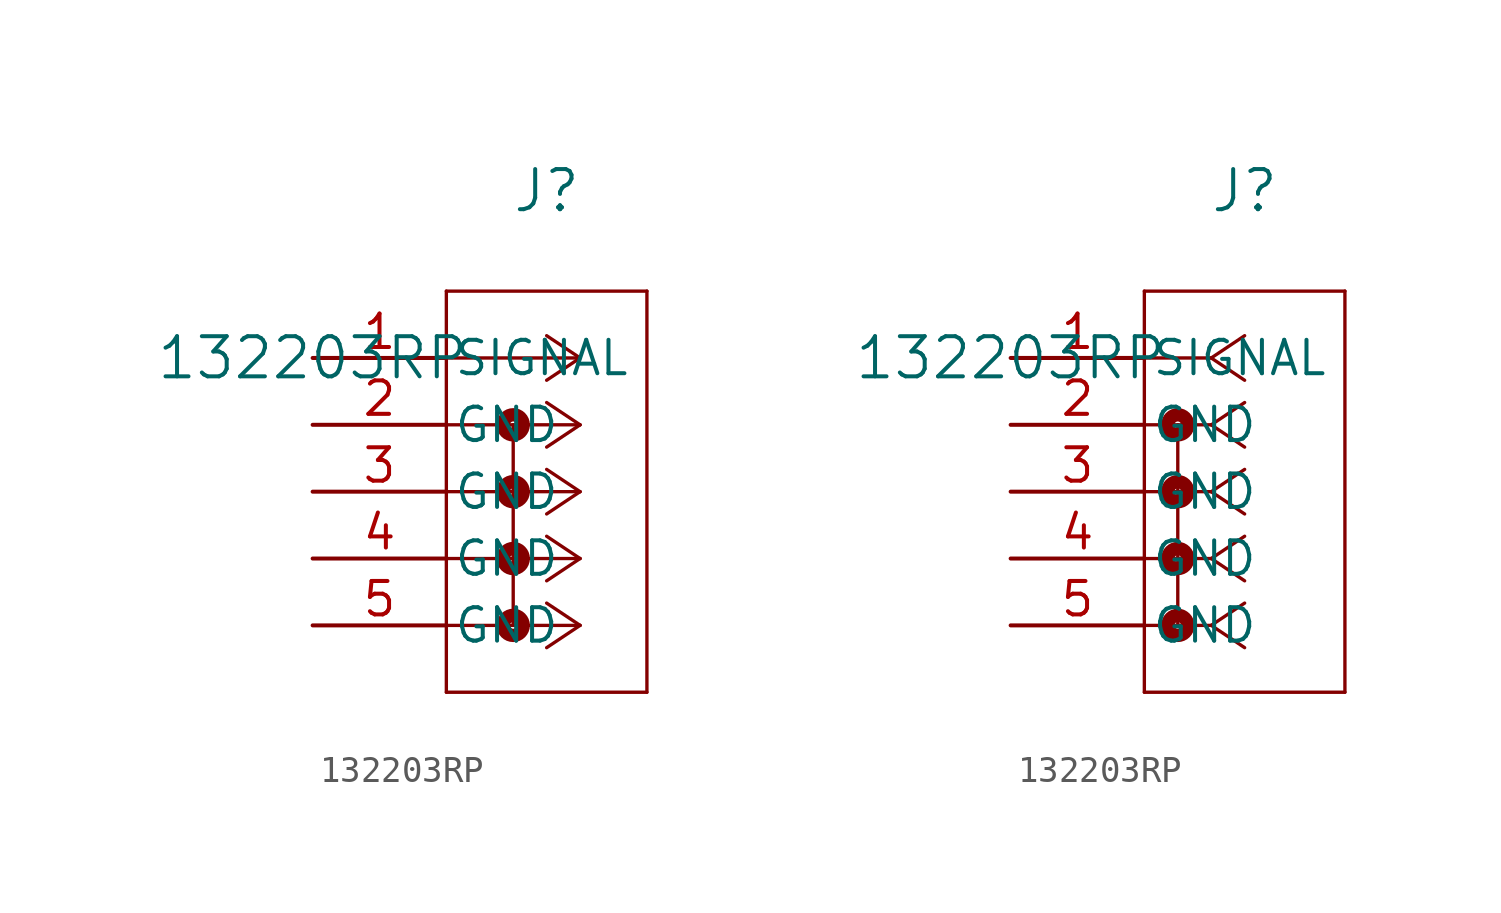
<source format=kicad_sym>
(kicad_symbol_lib
  (version 20211014)
  (generator kicad_symbol_editor)
  (symbol "132203RP"
    (pin_names
      (offset 0.254))
    (property "Reference" "J"
      (at 8.89 6.35 0)
      (effects (font (size 1.524 1.524))))
    (property "Value" "132203RP"
      (at 0 0 0)
      (effects (font (size 1.524 1.524))))
    (symbol "132203RP_1_1"
      (polyline (pts (xy 10.16 0) (xy 5.08 0)) (stroke (width 0.127) (type default) (color 0 0 0 0)) (fill (type none)))
      (polyline (pts (xy 10.16 -2.54) (xy 5.08 -2.54)) (stroke (width 0.127) (type default) (color 0 0 0 0)) (fill (type none)))
      (polyline (pts (xy 10.16 -5.08) (xy 5.08 -5.08)) (stroke (width 0.127) (type default) (color 0 0 0 0)) (fill (type none)))
      (polyline (pts (xy 10.16 -7.62) (xy 5.08 -7.62)) (stroke (width 0.127) (type default) (color 0 0 0 0)) (fill (type none)))
      (polyline (pts (xy 10.16 -10.16) (xy 5.08 -10.16)) (stroke (width 0.127) (type default) (color 0 0 0 0)) (fill (type none)))
      (polyline (pts (xy 10.16 0) (xy 8.89 0.847)) (stroke (width 0.127) (type default) (color 0 0 0 0)) (fill (type none)))
      (polyline (pts (xy 10.16 -2.54) (xy 8.89 -1.693)) (stroke (width 0.127) (type default) (color 0 0 0 0)) (fill (type none)))
      (polyline (pts (xy 10.16 -5.08) (xy 8.89 -4.233)) (stroke (width 0.127) (type default) (color 0 0 0 0)) (fill (type none)))
      (polyline (pts (xy 10.16 -7.62) (xy 8.89 -6.773)) (stroke (width 0.127) (type default) (color 0 0 0 0)) (fill (type none)))
      (polyline (pts (xy 10.16 -10.16) (xy 8.89 -9.313)) (stroke (width 0.127) (type default) (color 0 0 0 0)) (fill (type none)))
      (polyline (pts (xy 10.16 0) (xy 8.89 -0.847)) (stroke (width 0.127) (type default) (color 0 0 0 0)) (fill (type none)))
      (polyline (pts (xy 10.16 -2.54) (xy 8.89 -3.387)) (stroke (width 0.127) (type default) (color 0 0 0 0)) (fill (type none)))
      (polyline (pts (xy 10.16 -5.08) (xy 8.89 -5.927)) (stroke (width 0.127) (type default) (color 0 0 0 0)) (fill (type none)))
      (polyline (pts (xy 10.16 -7.62) (xy 8.89 -8.467)) (stroke (width 0.127) (type default) (color 0 0 0 0)) (fill (type none)))
      (polyline (pts (xy 10.16 -10.16) (xy 8.89 -11.007)) (stroke (width 0.127) (type default) (color 0 0 0 0)) (fill (type none)))
      (polyline (pts (xy 5.08 2.54) (xy 5.08 -12.7)) (stroke (width 0.127) (type default) (color 0 0 0 0)) (fill (type none)))
      (polyline (pts (xy 5.08 -12.7) (xy 12.7 -12.7)) (stroke (width 0.127) (type default) (color 0 0 0 0)) (fill (type none)))
      (polyline (pts (xy 12.7 -12.7) (xy 12.7 2.54)) (stroke (width 0.127) (type default) (color 0 0 0 0)) (fill (type none)))
      (polyline (pts (xy 12.7 2.54) (xy 5.08 2.54)) (stroke (width 0.127) (type default) (color 0 0 0 0)) (fill (type none)))
      (circle (center 7.62 -2.54) (radius 0.127) (stroke (width 0.508) (type default) (color 0 0 0 0)) (fill (type none)))
      (polyline (pts (xy 7.62 -2.54) (xy 7.62 -10.16)) (stroke (width 0.127) (type default) (color 0 0 0 0)) (fill (type none)))
      (circle (center 7.62 -5.08) (radius 0.127) (stroke (width 0.508) (type default) (color 0 0 0 0)) (fill (type none)))
      (circle (center 7.62 -7.62) (radius 0.127) (stroke (width 0.508) (type default) (color 0 0 0 0)) (fill (type none)))
      (circle (center 7.62 -10.16) (radius 0.127) (stroke (width 0.508) (type default) (color 0 0 0 0)) (fill (type none)))
      (pin unspecified line (at 0 0 0) (length 5.08) (name "SIGNAL" (effects (font (size 1.27 1.27)))) (number "1" (effects (font (size 1.27 1.27)))))
      (pin unspecified line (at 0 -2.54 0) (length 5.08) (name "GND" (effects (font (size 1.27 1.27)))) (number "2" (effects (font (size 1.27 1.27)))))
      (pin unspecified line (at 0 -5.08 0) (length 5.08) (name "GND" (effects (font (size 1.27 1.27)))) (number "3" (effects (font (size 1.27 1.27)))))
      (pin unspecified line (at 0 -7.62 0) (length 5.08) (name "GND" (effects (font (size 1.27 1.27)))) (number "4" (effects (font (size 1.27 1.27)))))
      (pin unspecified line (at 0 -10.16 0) (length 5.08) (name "GND" (effects (font (size 1.27 1.27)))) (number "5" (effects (font (size 1.27 1.27))))))
    (symbol "132203RP_1_2"
      (polyline (pts (xy 7.62 0) (xy 5.08 0)) (stroke (width 0.127) (type default) (color 0 0 0 0)) (fill (type none)))
      (polyline (pts (xy 7.62 -2.54) (xy 5.08 -2.54)) (stroke (width 0.127) (type default) (color 0 0 0 0)) (fill (type none)))
      (polyline (pts (xy 7.62 -5.08) (xy 5.08 -5.08)) (stroke (width 0.127) (type default) (color 0 0 0 0)) (fill (type none)))
      (polyline (pts (xy 7.62 -7.62) (xy 5.08 -7.62)) (stroke (width 0.127) (type default) (color 0 0 0 0)) (fill (type none)))
      (polyline (pts (xy 7.62 -10.16) (xy 5.08 -10.16)) (stroke (width 0.127) (type default) (color 0 0 0 0)) (fill (type none)))
      (polyline (pts (xy 7.62 0) (xy 8.89 0.847)) (stroke (width 0.127) (type default) (color 0 0 0 0)) (fill (type none)))
      (polyline (pts (xy 7.62 -2.54) (xy 8.89 -1.693)) (stroke (width 0.127) (type default) (color 0 0 0 0)) (fill (type none)))
      (polyline (pts (xy 7.62 -5.08) (xy 8.89 -4.233)) (stroke (width 0.127) (type default) (color 0 0 0 0)) (fill (type none)))
      (polyline (pts (xy 7.62 -7.62) (xy 8.89 -6.773)) (stroke (width 0.127) (type default) (color 0 0 0 0)) (fill (type none)))
      (polyline (pts (xy 7.62 -10.16) (xy 8.89 -9.313)) (stroke (width 0.127) (type default) (color 0 0 0 0)) (fill (type none)))
      (polyline (pts (xy 7.62 0) (xy 8.89 -0.847)) (stroke (width 0.127) (type default) (color 0 0 0 0)) (fill (type none)))
      (polyline (pts (xy 7.62 -2.54) (xy 8.89 -3.387)) (stroke (width 0.127) (type default) (color 0 0 0 0)) (fill (type none)))
      (polyline (pts (xy 7.62 -5.08) (xy 8.89 -5.927)) (stroke (width 0.127) (type default) (color 0 0 0 0)) (fill (type none)))
      (polyline (pts (xy 7.62 -7.62) (xy 8.89 -8.467)) (stroke (width 0.127) (type default) (color 0 0 0 0)) (fill (type none)))
      (polyline (pts (xy 7.62 -10.16) (xy 8.89 -11.007)) (stroke (width 0.127) (type default) (color 0 0 0 0)) (fill (type none)))
      (polyline (pts (xy 5.08 2.54) (xy 5.08 -12.7)) (stroke (width 0.127) (type default) (color 0 0 0 0)) (fill (type none)))
      (polyline (pts (xy 5.08 -12.7) (xy 12.7 -12.7)) (stroke (width 0.127) (type default) (color 0 0 0 0)) (fill (type none)))
      (polyline (pts (xy 12.7 -12.7) (xy 12.7 2.54)) (stroke (width 0.127) (type default) (color 0 0 0 0)) (fill (type none)))
      (polyline (pts (xy 12.7 2.54) (xy 5.08 2.54)) (stroke (width 0.127) (type default) (color 0 0 0 0)) (fill (type none)))
      (circle (center 6.35 -2.54) (radius 0.127) (stroke (width 0.508) (type default) (color 0 0 0 0)) (fill (type none)))
      (polyline (pts (xy 6.35 -2.54) (xy 6.35 -10.16)) (stroke (width 0.127) (type default) (color 0 0 0 0)) (fill (type none)))
      (circle (center 6.35 -5.08) (radius 0.127) (stroke (width 0.508) (type default) (color 0 0 0 0)) (fill (type none)))
      (circle (center 6.35 -7.62) (radius 0.127) (stroke (width 0.508) (type default) (color 0 0 0 0)) (fill (type none)))
      (circle (center 6.35 -10.16) (radius 0.127) (stroke (width 0.508) (type default) (color 0 0 0 0)) (fill (type none)))
      (pin unspecified line (at 0 0 0) (length 5.08) (name "SIGNAL" (effects (font (size 1.27 1.27)))) (number "1" (effects (font (size 1.27 1.27)))))
      (pin unspecified line (at 0 -2.54 0) (length 5.08) (name "GND" (effects (font (size 1.27 1.27)))) (number "2" (effects (font (size 1.27 1.27)))))
      (pin unspecified line (at 0 -5.08 0) (length 5.08) (name "GND" (effects (font (size 1.27 1.27)))) (number "3" (effects (font (size 1.27 1.27)))))
      (pin unspecified line (at 0 -7.62 0) (length 5.08) (name "GND" (effects (font (size 1.27 1.27)))) (number "4" (effects (font (size 1.27 1.27)))))
      (pin unspecified line (at 0 -10.16 0) (length 5.08) (name "GND" (effects (font (size 1.27 1.27)))) (number "5" (effects (font (size 1.27 1.27))))))))
</source>
